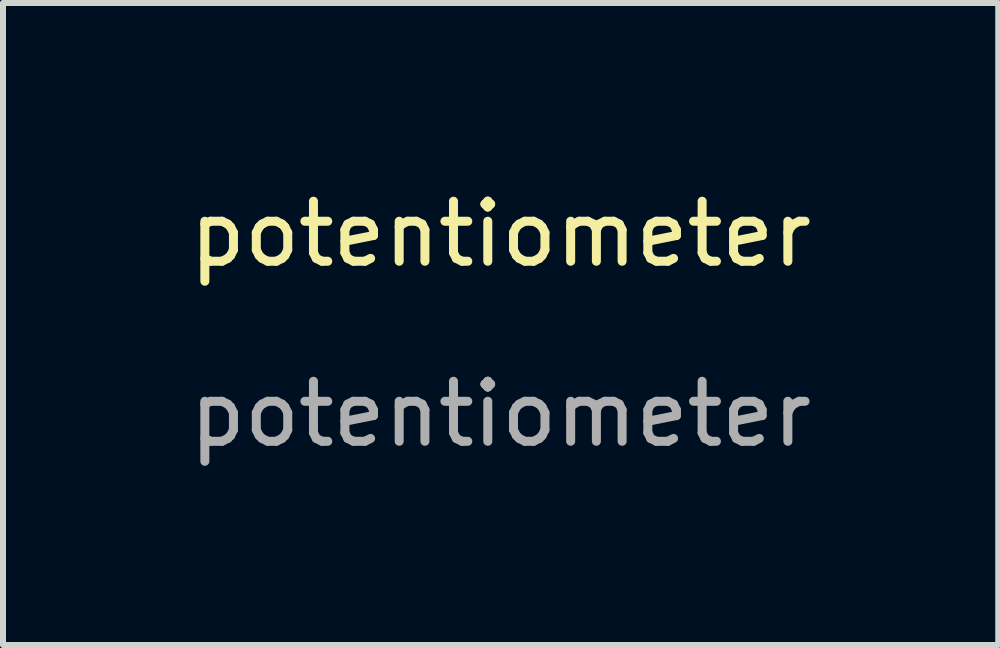
<source format=kicad_pcb>
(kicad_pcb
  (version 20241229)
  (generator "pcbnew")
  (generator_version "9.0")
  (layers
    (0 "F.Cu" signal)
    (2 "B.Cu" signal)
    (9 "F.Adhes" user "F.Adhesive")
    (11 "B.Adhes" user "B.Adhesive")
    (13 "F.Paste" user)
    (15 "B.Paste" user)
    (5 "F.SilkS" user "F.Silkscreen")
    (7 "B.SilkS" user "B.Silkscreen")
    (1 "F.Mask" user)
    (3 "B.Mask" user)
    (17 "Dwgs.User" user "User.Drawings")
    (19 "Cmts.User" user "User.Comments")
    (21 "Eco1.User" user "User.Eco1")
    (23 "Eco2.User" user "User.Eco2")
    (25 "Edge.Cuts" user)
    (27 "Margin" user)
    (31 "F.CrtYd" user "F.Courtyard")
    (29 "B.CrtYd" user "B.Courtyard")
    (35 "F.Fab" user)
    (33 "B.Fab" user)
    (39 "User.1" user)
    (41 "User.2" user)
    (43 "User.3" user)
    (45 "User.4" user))
  (footprint "potentiometer"
    (layer "F.Cu")
    (at 5.292 1.348)
    (property "Reference" "potentiometer" (at 0 -0.5 0) (unlocked yes) (layer "F.SilkS") (effects (font (size 1 1) (thickness 0.15))))
    (attr through_hole)
    (fp_text user "${REFERENCE}" (at 0 2.5 0) (unlocked yes) (layer "F.Fab") (effects (font (size 1 1) (thickness 0.15)))))
  (gr_rect
    (start -3 -3)
    (end 13.583 7.697)
    (stroke (width 0.1) (type default))
    (fill no)
    (layer "Edge.Cuts")))
</source>
